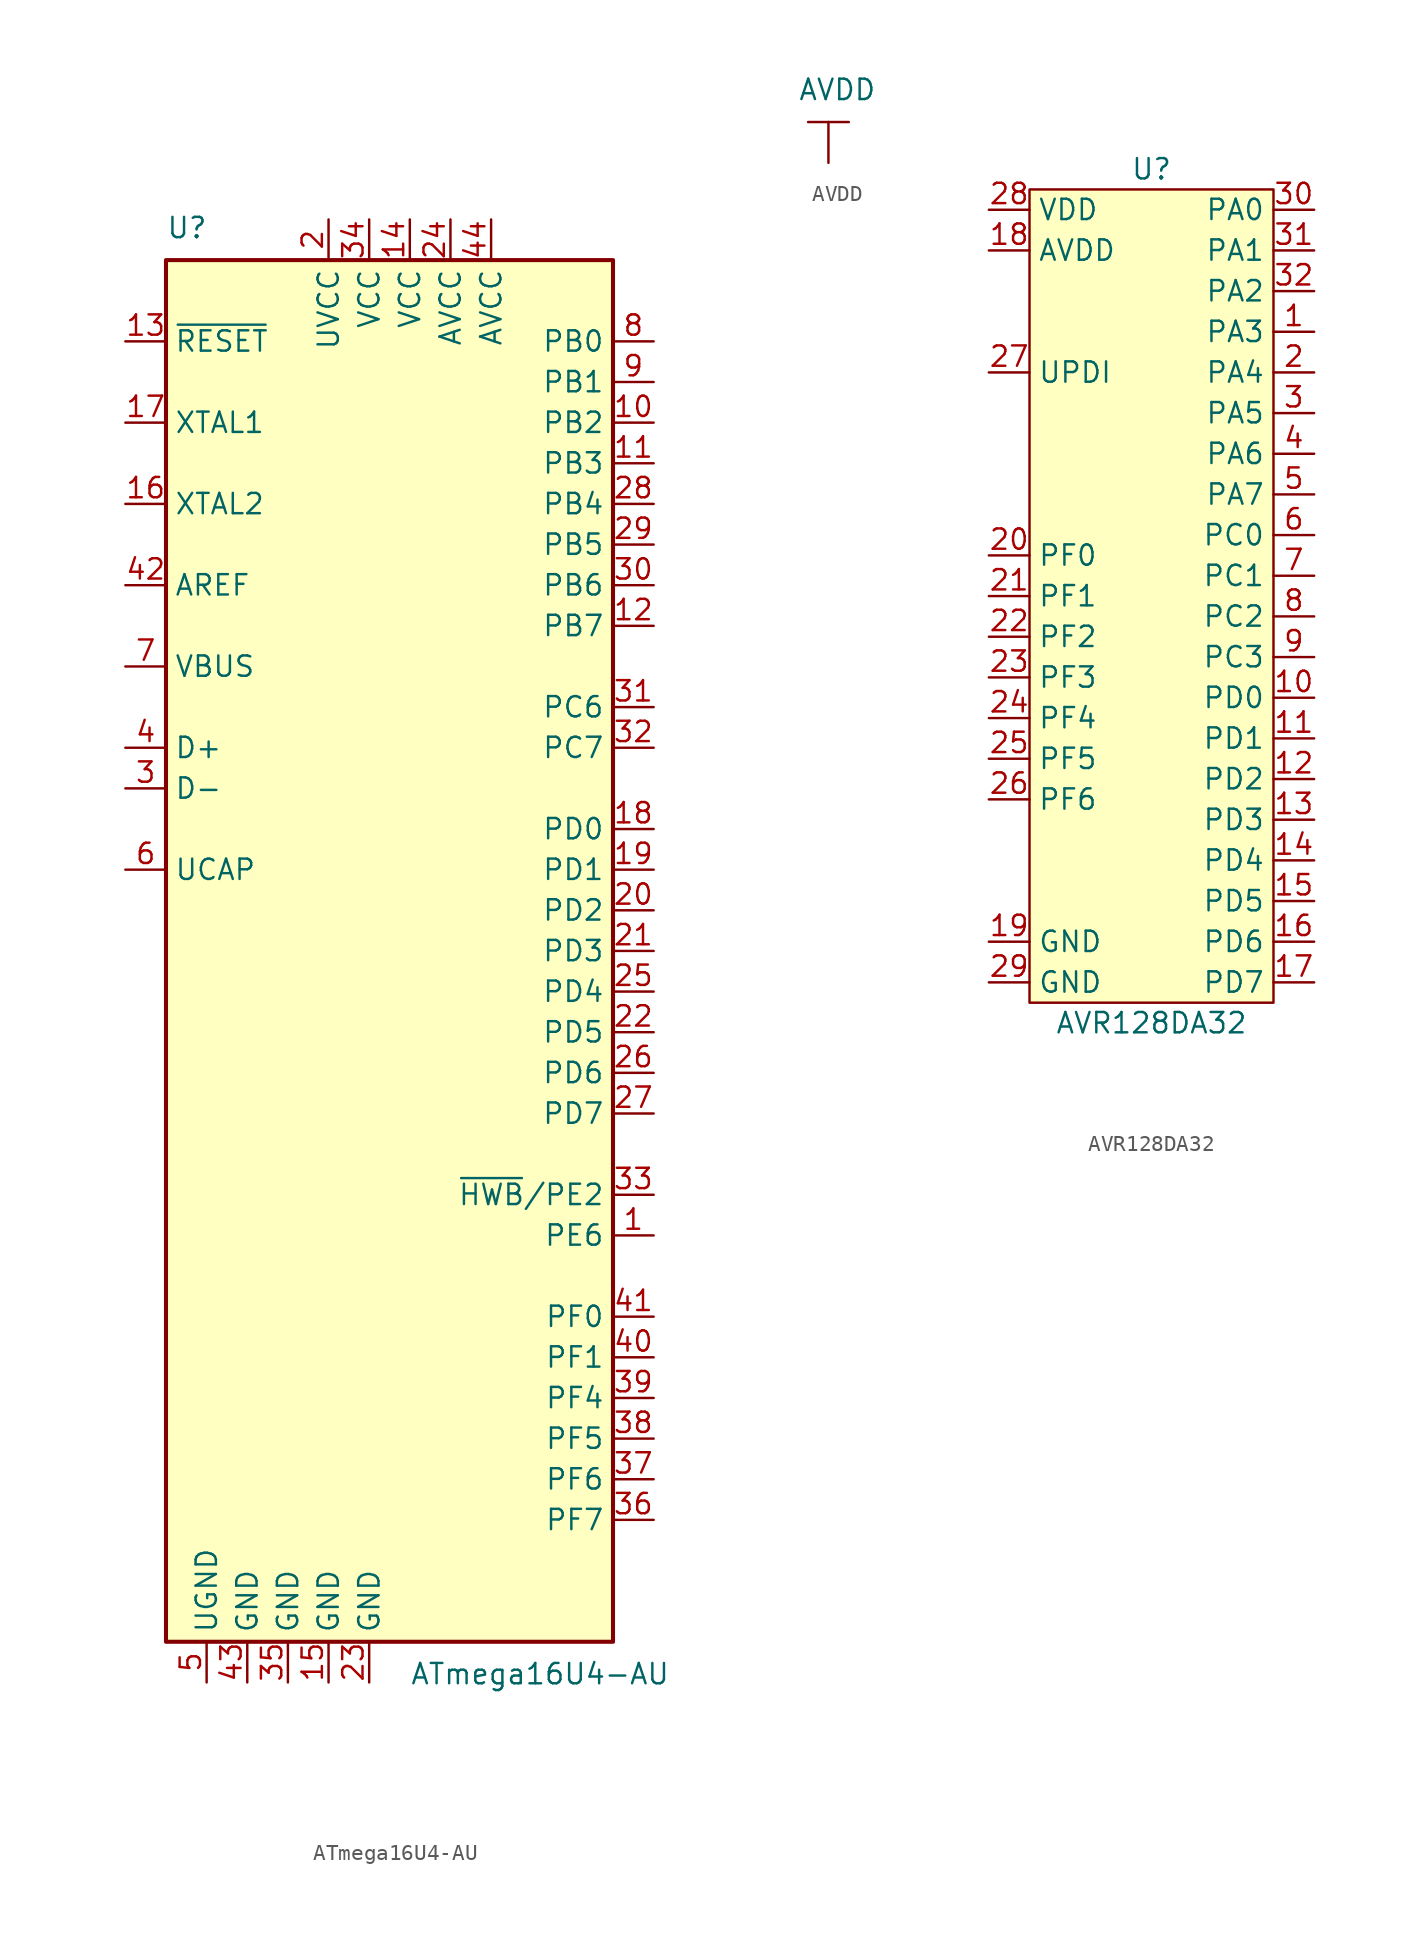
<source format=kicad_sym>
(kicad_symbol_lib
  (version 20210619)
  (generator kicad_symbol_editor)
  (symbol "custom:ATmega16U4-AU"
    (property "Reference" "U"
      (at -13.97 44.45 0)
      (effects (font (size 1.27 1.27)) (justify left bottom)))
    (property "Value" "ATmega16U4-AU"
      (at 1.27 -44.45 0)
      (effects (font (size 1.27 1.27)) (justify left top)))
    (symbol "ATmega16U4-AU_0_1"
      (rectangle (start -13.97 -43.18) (end 13.97 43.18) (stroke (width 0.254)) (fill (type background))))
    (symbol "ATmega16U4-AU_1_1"
      (pin tri_state line (at 16.51 -17.78 180) (length 2.54) (name "PE6" (effects (font (size 1.27 1.27)))) (number "1" (effects (font (size 1.27 1.27)))))
      (pin tri_state line (at 16.51 33.02 180) (length 2.54) (name "PB2" (effects (font (size 1.27 1.27)))) (number "10" (effects (font (size 1.27 1.27)))))
      (pin tri_state line (at 16.51 30.48 180) (length 2.54) (name "PB3" (effects (font (size 1.27 1.27)))) (number "11" (effects (font (size 1.27 1.27)))))
      (pin tri_state line (at 16.51 20.32 180) (length 2.54) (name "PB7" (effects (font (size 1.27 1.27)))) (number "12" (effects (font (size 1.27 1.27)))))
      (pin input line (at -16.51 38.1 0) (length 2.54) (name "~{RESET}" (effects (font (size 1.27 1.27)))) (number "13" (effects (font (size 1.27 1.27)))))
      (pin power_in line (at 1.27 45.72 270) (length 2.54) (name "VCC" (effects (font (size 1.27 1.27)))) (number "14" (effects (font (size 1.27 1.27)))))
      (pin power_in line (at -3.81 -45.72 90) (length 2.54) (name "GND" (effects (font (size 1.27 1.27)))) (number "15" (effects (font (size 1.27 1.27)))))
      (pin output line (at -16.51 27.94 0) (length 2.54) (name "XTAL2" (effects (font (size 1.27 1.27)))) (number "16" (effects (font (size 1.27 1.27)))))
      (pin input line (at -16.51 33.02 0) (length 2.54) (name "XTAL1" (effects (font (size 1.27 1.27)))) (number "17" (effects (font (size 1.27 1.27)))))
      (pin tri_state line (at 16.51 7.62 180) (length 2.54) (name "PD0" (effects (font (size 1.27 1.27)))) (number "18" (effects (font (size 1.27 1.27)))))
      (pin tri_state line (at 16.51 5.08 180) (length 2.54) (name "PD1" (effects (font (size 1.27 1.27)))) (number "19" (effects (font (size 1.27 1.27)))))
      (pin power_in line (at -3.81 45.72 270) (length 2.54) (name "UVCC" (effects (font (size 1.27 1.27)))) (number "2" (effects (font (size 1.27 1.27)))))
      (pin tri_state line (at 16.51 2.54 180) (length 2.54) (name "PD2" (effects (font (size 1.27 1.27)))) (number "20" (effects (font (size 1.27 1.27)))))
      (pin tri_state line (at 16.51 0 180) (length 2.54) (name "PD3" (effects (font (size 1.27 1.27)))) (number "21" (effects (font (size 1.27 1.27)))))
      (pin tri_state line (at 16.51 -5.08 180) (length 2.54) (name "PD5" (effects (font (size 1.27 1.27)))) (number "22" (effects (font (size 1.27 1.27)))))
      (pin power_in line (at -1.27 -45.72 90) (length 2.54) (name "GND" (effects (font (size 1.27 1.27)))) (number "23" (effects (font (size 1.27 1.27)))))
      (pin power_in line (at 3.81 45.72 270) (length 2.54) (name "AVCC" (effects (font (size 1.27 1.27)))) (number "24" (effects (font (size 1.27 1.27)))))
      (pin tri_state line (at 16.51 -2.54 180) (length 2.54) (name "PD4" (effects (font (size 1.27 1.27)))) (number "25" (effects (font (size 1.27 1.27)))))
      (pin tri_state line (at 16.51 -7.62 180) (length 2.54) (name "PD6" (effects (font (size 1.27 1.27)))) (number "26" (effects (font (size 1.27 1.27)))))
      (pin tri_state line (at 16.51 -10.16 180) (length 2.54) (name "PD7" (effects (font (size 1.27 1.27)))) (number "27" (effects (font (size 1.27 1.27)))))
      (pin tri_state line (at 16.51 27.94 180) (length 2.54) (name "PB4" (effects (font (size 1.27 1.27)))) (number "28" (effects (font (size 1.27 1.27)))))
      (pin tri_state line (at 16.51 25.4 180) (length 2.54) (name "PB5" (effects (font (size 1.27 1.27)))) (number "29" (effects (font (size 1.27 1.27)))))
      (pin bidirectional line (at -16.51 10.16 0) (length 2.54) (name "D-" (effects (font (size 1.27 1.27)))) (number "3" (effects (font (size 1.27 1.27)))))
      (pin tri_state line (at 16.51 22.86 180) (length 2.54) (name "PB6" (effects (font (size 1.27 1.27)))) (number "30" (effects (font (size 1.27 1.27)))))
      (pin tri_state line (at 16.51 15.24 180) (length 2.54) (name "PC6" (effects (font (size 1.27 1.27)))) (number "31" (effects (font (size 1.27 1.27)))))
      (pin tri_state line (at 16.51 12.7 180) (length 2.54) (name "PC7" (effects (font (size 1.27 1.27)))) (number "32" (effects (font (size 1.27 1.27)))))
      (pin tri_state line (at 16.51 -15.24 180) (length 2.54) (name "~{HWB}/PE2" (effects (font (size 1.27 1.27)))) (number "33" (effects (font (size 1.27 1.27)))))
      (pin power_in line (at -1.27 45.72 270) (length 2.54) (name "VCC" (effects (font (size 1.27 1.27)))) (number "34" (effects (font (size 1.27 1.27)))))
      (pin power_in line (at -6.35 -45.72 90) (length 2.54) (name "GND" (effects (font (size 1.27 1.27)))) (number "35" (effects (font (size 1.27 1.27)))))
      (pin tri_state line (at 16.51 -35.56 180) (length 2.54) (name "PF7" (effects (font (size 1.27 1.27)))) (number "36" (effects (font (size 1.27 1.27)))))
      (pin tri_state line (at 16.51 -33.02 180) (length 2.54) (name "PF6" (effects (font (size 1.27 1.27)))) (number "37" (effects (font (size 1.27 1.27)))))
      (pin tri_state line (at 16.51 -30.48 180) (length 2.54) (name "PF5" (effects (font (size 1.27 1.27)))) (number "38" (effects (font (size 1.27 1.27)))))
      (pin tri_state line (at 16.51 -27.94 180) (length 2.54) (name "PF4" (effects (font (size 1.27 1.27)))) (number "39" (effects (font (size 1.27 1.27)))))
      (pin bidirectional line (at -16.51 12.7 0) (length 2.54) (name "D+" (effects (font (size 1.27 1.27)))) (number "4" (effects (font (size 1.27 1.27)))))
      (pin tri_state line (at 16.51 -25.4 180) (length 2.54) (name "PF1" (effects (font (size 1.27 1.27)))) (number "40" (effects (font (size 1.27 1.27)))))
      (pin tri_state line (at 16.51 -22.86 180) (length 2.54) (name "PF0" (effects (font (size 1.27 1.27)))) (number "41" (effects (font (size 1.27 1.27)))))
      (pin passive line (at -16.51 22.86 0) (length 2.54) (name "AREF" (effects (font (size 1.27 1.27)))) (number "42" (effects (font (size 1.27 1.27)))))
      (pin power_in line (at -8.89 -45.72 90) (length 2.54) (name "GND" (effects (font (size 1.27 1.27)))) (number "43" (effects (font (size 1.27 1.27)))))
      (pin power_in line (at 6.35 45.72 270) (length 2.54) (name "AVCC" (effects (font (size 1.27 1.27)))) (number "44" (effects (font (size 1.27 1.27)))))
      (pin passive line (at -11.43 -45.72 90) (length 2.54) (name "UGND" (effects (font (size 1.27 1.27)))) (number "5" (effects (font (size 1.27 1.27)))))
      (pin passive line (at -16.51 5.08 0) (length 2.54) (name "UCAP" (effects (font (size 1.27 1.27)))) (number "6" (effects (font (size 1.27 1.27)))))
      (pin input line (at -16.51 17.78 0) (length 2.54) (name "VBUS" (effects (font (size 1.27 1.27)))) (number "7" (effects (font (size 1.27 1.27)))))
      (pin tri_state line (at 16.51 38.1 180) (length 2.54) (name "PB0" (effects (font (size 1.27 1.27)))) (number "8" (effects (font (size 1.27 1.27)))))
      (pin tri_state line (at 16.51 35.56 180) (length 2.54) (name "PB1" (effects (font (size 1.27 1.27)))) (number "9" (effects (font (size 1.27 1.27)))))))
  (symbol "custom:AVDD"
    (power)
    (pin_names
      (offset 0))
    (property "Reference" "#PWR"
      (at 5.08 1.27 0)
      (effects (font (size 1.27 1.27)) hide))
    (property "Value" "AVDD"
      (at -1.905 3.81 0)
      (effects (font (size 1.27 1.27)) (justify left bottom)))
    (symbol "AVDD_0_1"
      (polyline (pts (xy -1.27 2.54) (xy 0 2.54)) (stroke (width 0)) (fill (type none)))
      (polyline (pts (xy 0 0) (xy 0 2.54)) (stroke (width 0)) (fill (type none)))
      (polyline (pts (xy 0 2.54) (xy 1.27 2.54)) (stroke (width 0)) (fill (type none))))
    (symbol "AVDD_1_1"
      (pin power_in line (at 0 0 90) (length 0) hide (name "AVDD" (effects (font (size 1.27 1.27)))) (number "1" (effects (font (size 1.27 1.27)))))))
  (symbol "custom:AVR128DA32"
    (property "Reference" "U"
      (at 0 26.67 0)
      (effects (font (size 1.27 1.27))))
    (property "Value" "AVR128DA32"
      (at 0 -26.67 0)
      (effects (font (size 1.27 1.27))))
    (symbol "AVR128DA32_0_1"
      (rectangle (start -7.62 25.4) (end 7.62 -25.4) (stroke (width 0.152)) (fill (type background))))
    (symbol "AVR128DA32_1_1"
      (pin bidirectional line (at 10.16 16.51 180) (length 2.54) (name "PA3" (effects (font (size 1.27 1.27)))) (number "1" (effects (font (size 1.27 1.27)))))
      (pin bidirectional line (at 10.16 -6.35 180) (length 2.54) (name "PD0" (effects (font (size 1.27 1.27)))) (number "10" (effects (font (size 1.27 1.27)))))
      (pin bidirectional line (at 10.16 -8.89 180) (length 2.54) (name "PD1" (effects (font (size 1.27 1.27)))) (number "11" (effects (font (size 1.27 1.27)))))
      (pin bidirectional line (at 10.16 -11.43 180) (length 2.54) (name "PD2" (effects (font (size 1.27 1.27)))) (number "12" (effects (font (size 1.27 1.27)))))
      (pin bidirectional line (at 10.16 -13.97 180) (length 2.54) (name "PD3" (effects (font (size 1.27 1.27)))) (number "13" (effects (font (size 1.27 1.27)))))
      (pin bidirectional line (at 10.16 -16.51 180) (length 2.54) (name "PD4" (effects (font (size 1.27 1.27)))) (number "14" (effects (font (size 1.27 1.27)))))
      (pin bidirectional line (at 10.16 -19.05 180) (length 2.54) (name "PD5" (effects (font (size 1.27 1.27)))) (number "15" (effects (font (size 1.27 1.27)))))
      (pin bidirectional line (at 10.16 -21.59 180) (length 2.54) (name "PD6" (effects (font (size 1.27 1.27)))) (number "16" (effects (font (size 1.27 1.27)))))
      (pin bidirectional line (at 10.16 -24.13 180) (length 2.54) (name "PD7" (effects (font (size 1.27 1.27)))) (number "17" (effects (font (size 1.27 1.27)))))
      (pin power_in line (at -10.16 21.59 0) (length 2.54) (name "AVDD" (effects (font (size 1.27 1.27)))) (number "18" (effects (font (size 1.27 1.27)))))
      (pin power_in line (at -10.16 -21.59 0) (length 2.54) (name "GND" (effects (font (size 1.27 1.27)))) (number "19" (effects (font (size 1.27 1.27)))))
      (pin bidirectional line (at 10.16 13.97 180) (length 2.54) (name "PA4" (effects (font (size 1.27 1.27)))) (number "2" (effects (font (size 1.27 1.27)))))
      (pin bidirectional line (at -10.16 2.54 0) (length 2.54) (name "PF0" (effects (font (size 1.27 1.27)))) (number "20" (effects (font (size 1.27 1.27)))))
      (pin bidirectional line (at -10.16 0 0) (length 2.54) (name "PF1" (effects (font (size 1.27 1.27)))) (number "21" (effects (font (size 1.27 1.27)))))
      (pin bidirectional line (at -10.16 -2.54 0) (length 2.54) (name "PF2" (effects (font (size 1.27 1.27)))) (number "22" (effects (font (size 1.27 1.27)))))
      (pin bidirectional line (at -10.16 -5.08 0) (length 2.54) (name "PF3" (effects (font (size 1.27 1.27)))) (number "23" (effects (font (size 1.27 1.27)))))
      (pin bidirectional line (at -10.16 -7.62 0) (length 2.54) (name "PF4" (effects (font (size 1.27 1.27)))) (number "24" (effects (font (size 1.27 1.27)))))
      (pin bidirectional line (at -10.16 -10.16 0) (length 2.54) (name "PF5" (effects (font (size 1.27 1.27)))) (number "25" (effects (font (size 1.27 1.27)))))
      (pin bidirectional line (at -10.16 -12.7 0) (length 2.54) (name "PF6" (effects (font (size 1.27 1.27)))) (number "26" (effects (font (size 1.27 1.27)))))
      (pin bidirectional line (at -10.16 13.97 0) (length 2.54) (name "UPDI" (effects (font (size 1.27 1.27)))) (number "27" (effects (font (size 1.27 1.27)))))
      (pin power_in line (at -10.16 24.13 0) (length 2.54) (name "VDD" (effects (font (size 1.27 1.27)))) (number "28" (effects (font (size 1.27 1.27)))))
      (pin power_in line (at -10.16 -24.13 0) (length 2.54) (name "GND" (effects (font (size 1.27 1.27)))) (number "29" (effects (font (size 1.27 1.27)))))
      (pin bidirectional line (at 10.16 11.43 180) (length 2.54) (name "PA5" (effects (font (size 1.27 1.27)))) (number "3" (effects (font (size 1.27 1.27)))))
      (pin bidirectional line (at 10.16 24.13 180) (length 2.54) (name "PA0" (effects (font (size 1.27 1.27)))) (number "30" (effects (font (size 1.27 1.27)))))
      (pin bidirectional line (at 10.16 21.59 180) (length 2.54) (name "PA1" (effects (font (size 1.27 1.27)))) (number "31" (effects (font (size 1.27 1.27)))))
      (pin bidirectional line (at 10.16 19.05 180) (length 2.54) (name "PA2" (effects (font (size 1.27 1.27)))) (number "32" (effects (font (size 1.27 1.27)))))
      (pin bidirectional line (at 10.16 8.89 180) (length 2.54) (name "PA6" (effects (font (size 1.27 1.27)))) (number "4" (effects (font (size 1.27 1.27)))))
      (pin bidirectional line (at 10.16 6.35 180) (length 2.54) (name "PA7" (effects (font (size 1.27 1.27)))) (number "5" (effects (font (size 1.27 1.27)))))
      (pin bidirectional line (at 10.16 3.81 180) (length 2.54) (name "PC0" (effects (font (size 1.27 1.27)))) (number "6" (effects (font (size 1.27 1.27)))))
      (pin bidirectional line (at 10.16 1.27 180) (length 2.54) (name "PC1" (effects (font (size 1.27 1.27)))) (number "7" (effects (font (size 1.27 1.27)))))
      (pin bidirectional line (at 10.16 -1.27 180) (length 2.54) (name "PC2" (effects (font (size 1.27 1.27)))) (number "8" (effects (font (size 1.27 1.27)))))
      (pin bidirectional line (at 10.16 -3.81 180) (length 2.54) (name "PC3" (effects (font (size 1.27 1.27)))) (number "9" (effects (font (size 1.27 1.27))))))))
</source>
